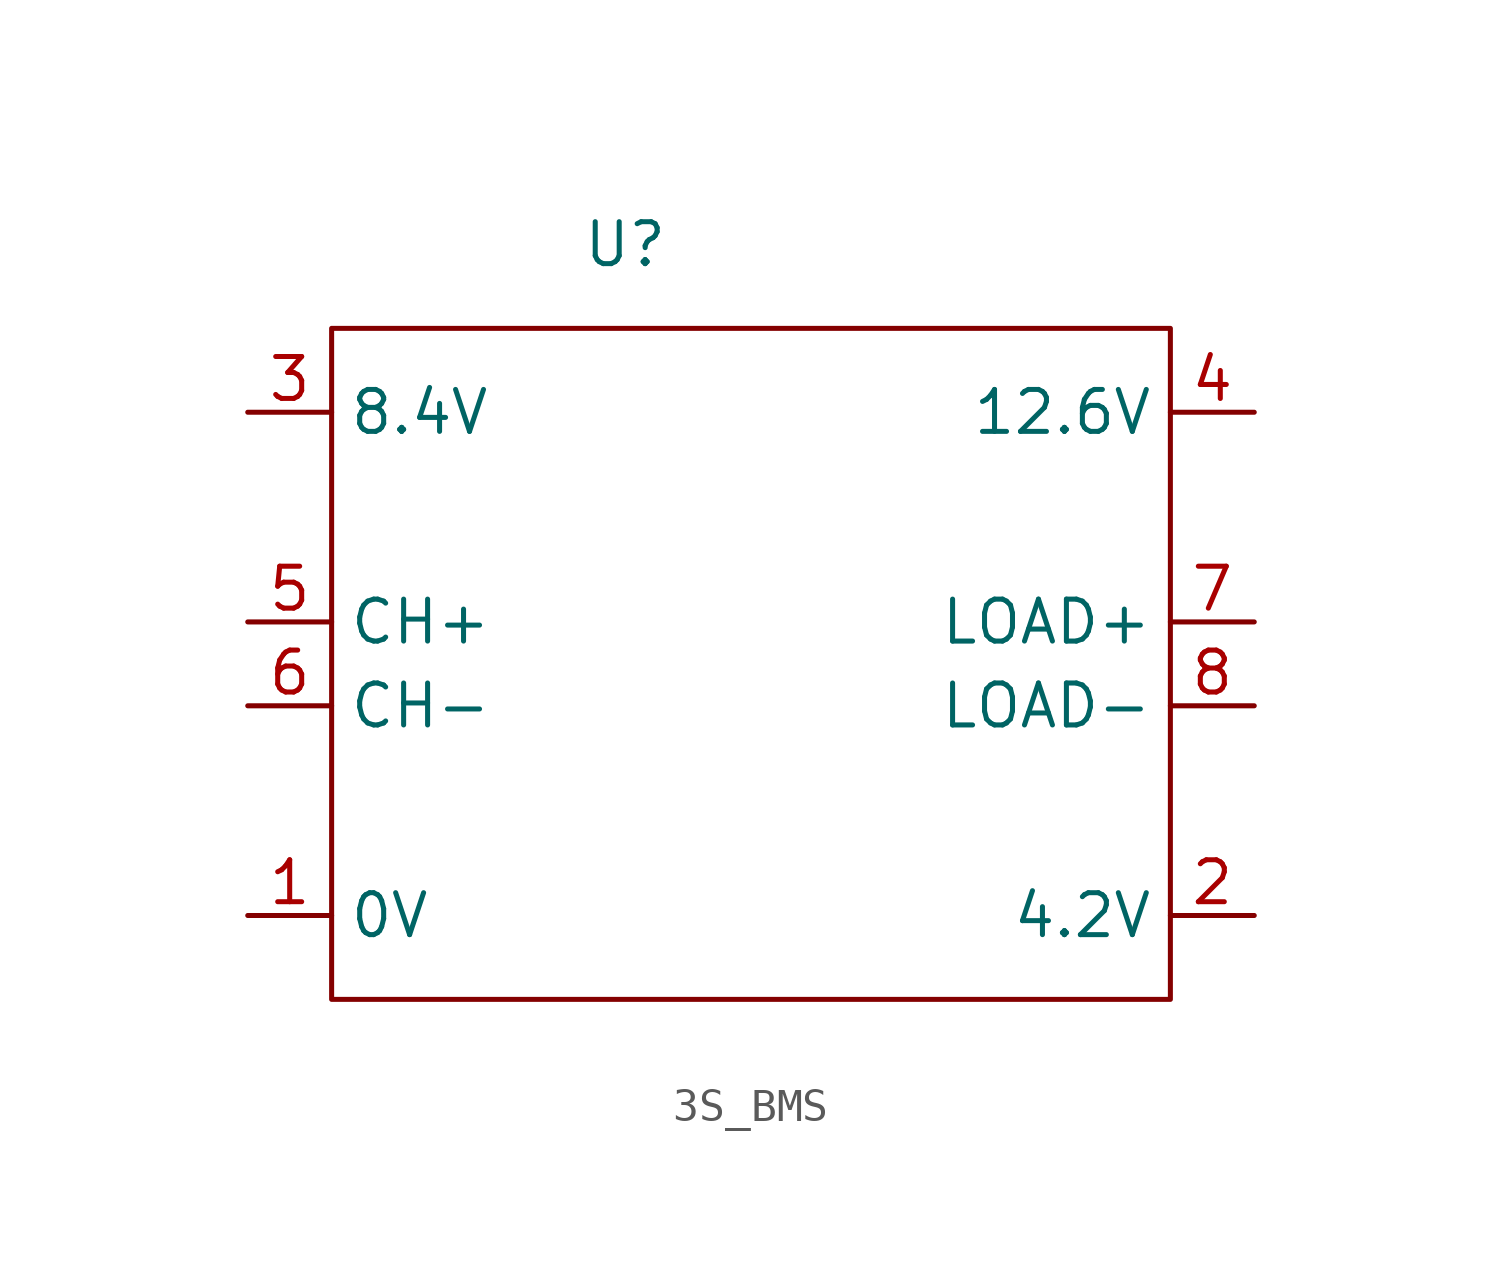
<source format=kicad_sym>
(kicad_symbol_lib
  (version 20231120)
  (generator "kicad_symbol_editor")
  (generator_version "8.0")
  (symbol "3S_BMS"
    (property "Reference" "U"
      (at 0 0 0)
      (effects (font (size 1.27 1.27))))
    (property "Value" ""
      (at 0 0 0)
      (effects (font (size 1.27 1.27))))
    (symbol "3S_BMS_0_1"
      (rectangle (start -8.89 -2.54) (end 16.51 -22.86) (stroke (width 0) (type default)) (fill (type none))))
    (symbol "3S_BMS_1_1"
      (pin input line (at -11.43 -20.32 0) (length 2.54) (name "0V" (effects (font (size 1.27 1.27)))) (number "1" (effects (font (size 1.27 1.27)))))
      (pin input line (at 19.05 -20.32 180) (length 2.54) (name "4.2V" (effects (font (size 1.27 1.27)))) (number "2" (effects (font (size 1.27 1.27)))))
      (pin input line (at -11.43 -5.08 0) (length 2.54) (name "8.4V" (effects (font (size 1.27 1.27)))) (number "3" (effects (font (size 1.27 1.27)))))
      (pin input line (at 19.05 -5.08 180) (length 2.54) (name "12.6V" (effects (font (size 1.27 1.27)))) (number "4" (effects (font (size 1.27 1.27)))))
      (pin input line (at -11.43 -11.43 0) (length 2.54) (name "CH+" (effects (font (size 1.27 1.27)))) (number "5" (effects (font (size 1.27 1.27)))))
      (pin input line (at -11.43 -13.97 0) (length 2.54) (name "CH-" (effects (font (size 1.27 1.27)))) (number "6" (effects (font (size 1.27 1.27)))))
      (pin input line (at 19.05 -11.43 180) (length 2.54) (name "LOAD+" (effects (font (size 1.27 1.27)))) (number "7" (effects (font (size 1.27 1.27)))))
      (pin input line (at 19.05 -13.97 180) (length 2.54) (name "LOAD-" (effects (font (size 1.27 1.27)))) (number "8" (effects (font (size 1.27 1.27))))))))
</source>
